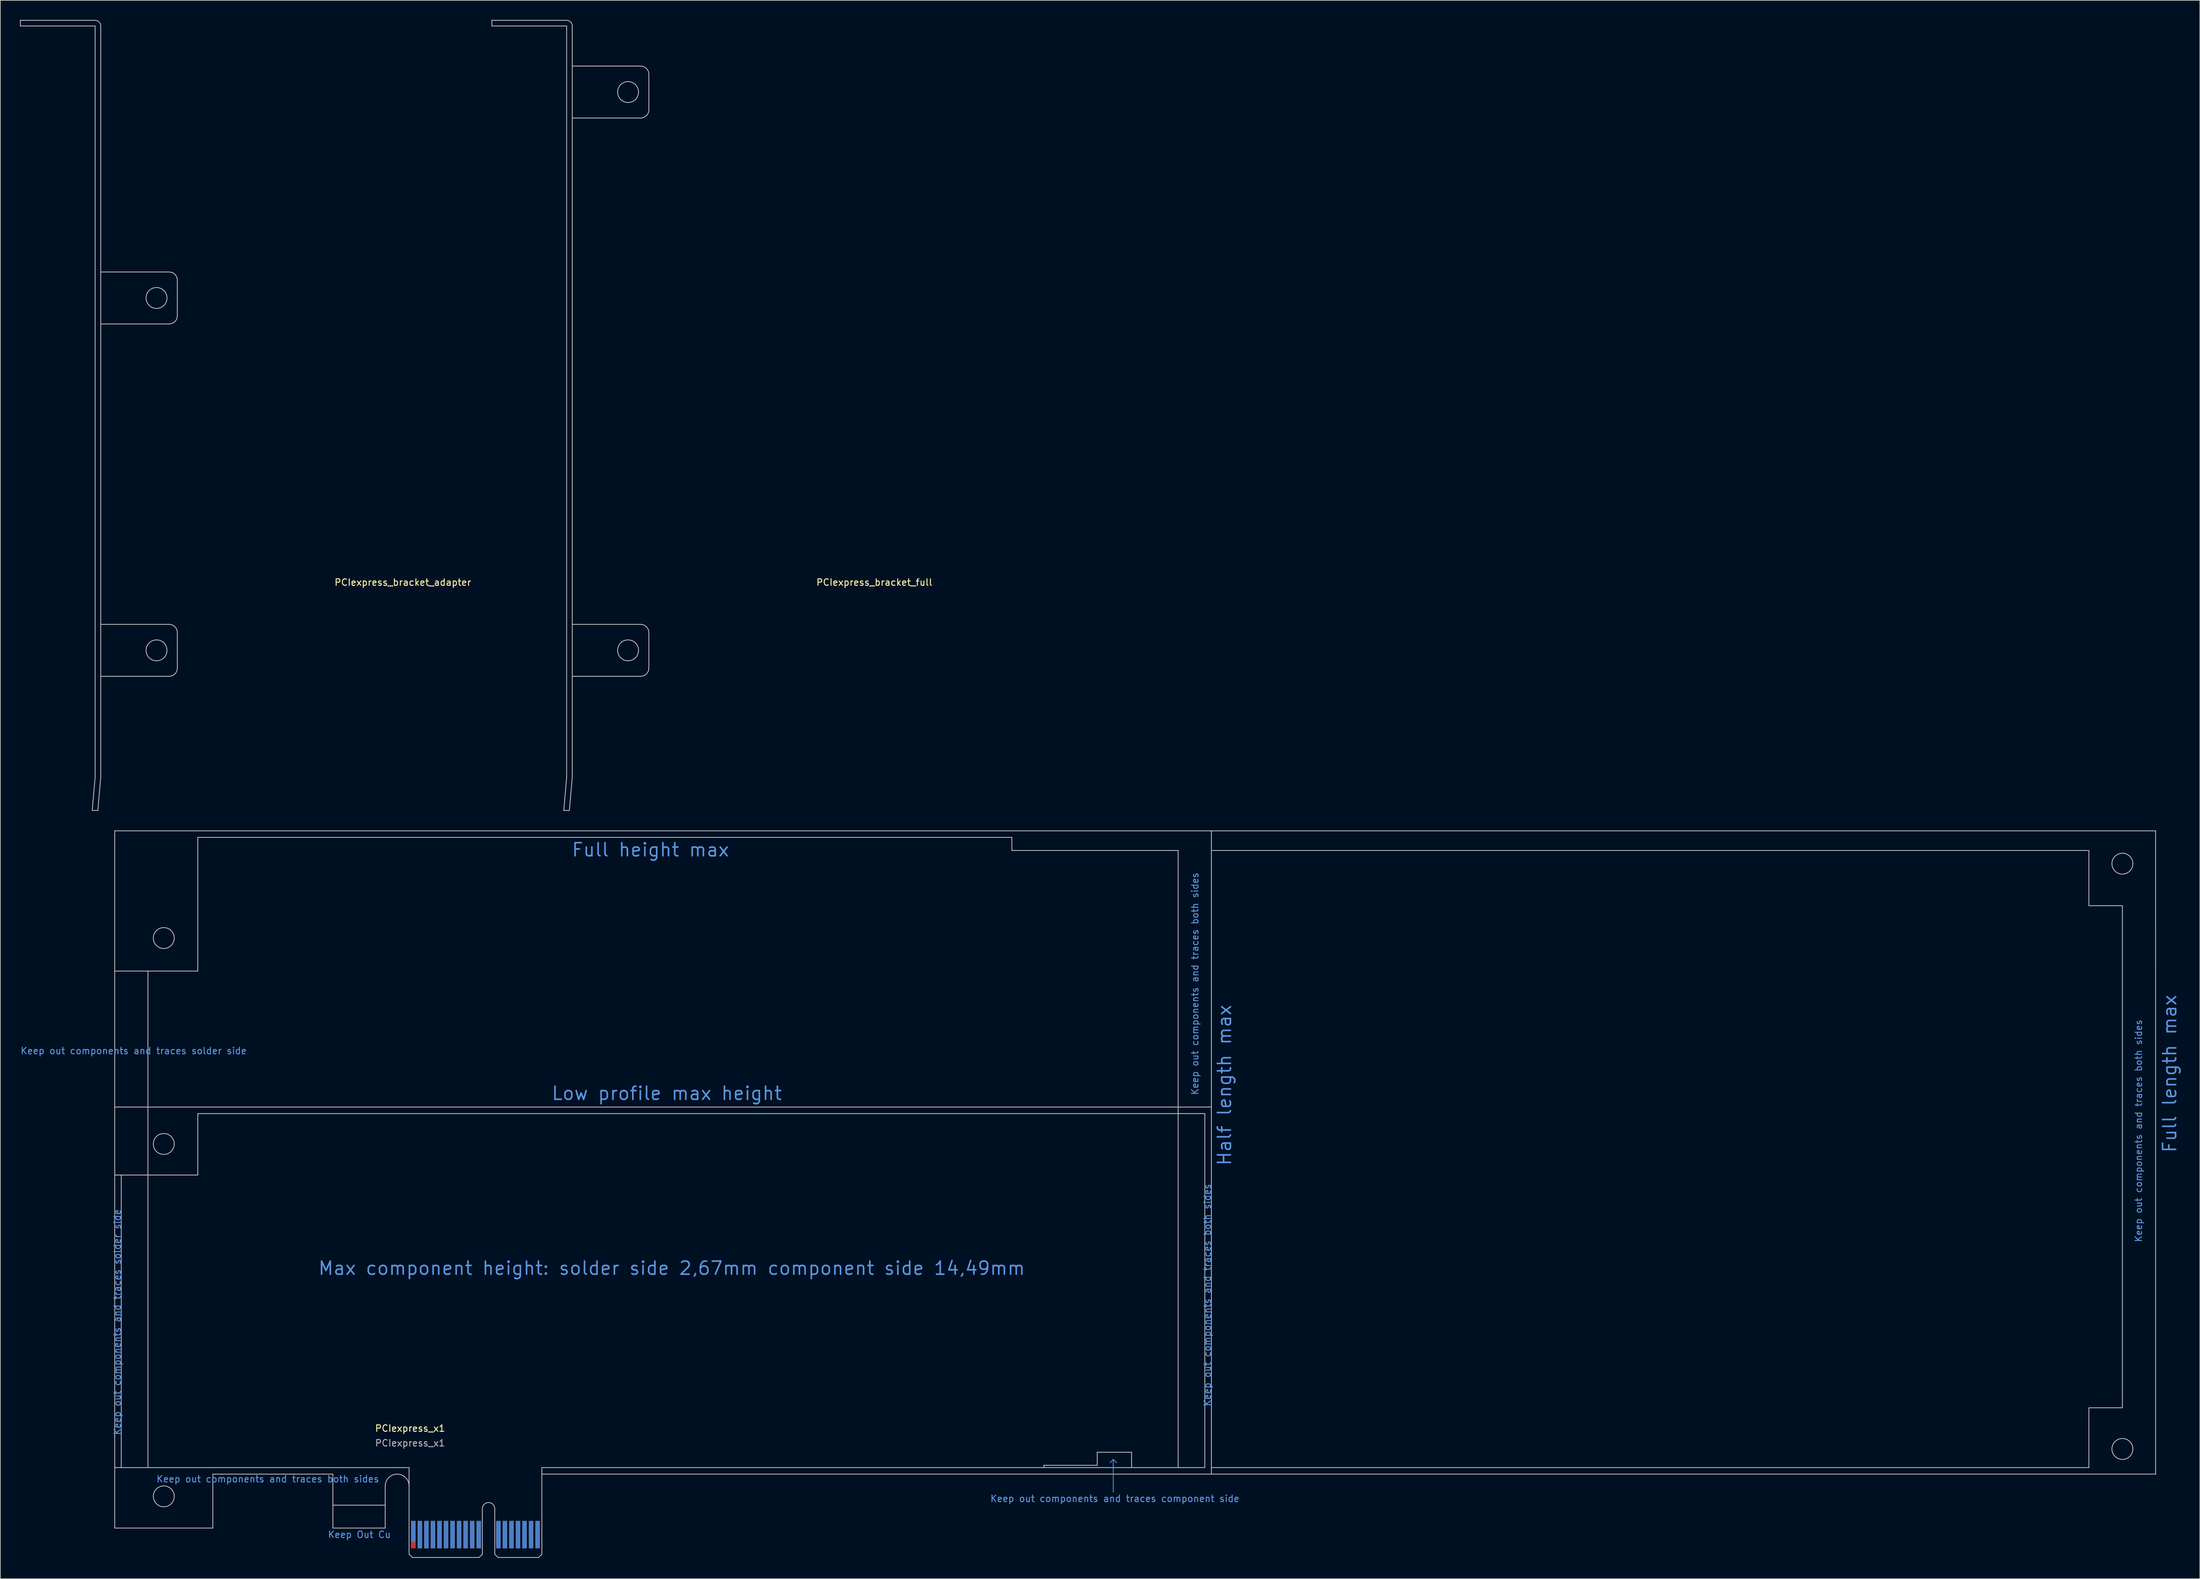
<source format=kicad_pcb>
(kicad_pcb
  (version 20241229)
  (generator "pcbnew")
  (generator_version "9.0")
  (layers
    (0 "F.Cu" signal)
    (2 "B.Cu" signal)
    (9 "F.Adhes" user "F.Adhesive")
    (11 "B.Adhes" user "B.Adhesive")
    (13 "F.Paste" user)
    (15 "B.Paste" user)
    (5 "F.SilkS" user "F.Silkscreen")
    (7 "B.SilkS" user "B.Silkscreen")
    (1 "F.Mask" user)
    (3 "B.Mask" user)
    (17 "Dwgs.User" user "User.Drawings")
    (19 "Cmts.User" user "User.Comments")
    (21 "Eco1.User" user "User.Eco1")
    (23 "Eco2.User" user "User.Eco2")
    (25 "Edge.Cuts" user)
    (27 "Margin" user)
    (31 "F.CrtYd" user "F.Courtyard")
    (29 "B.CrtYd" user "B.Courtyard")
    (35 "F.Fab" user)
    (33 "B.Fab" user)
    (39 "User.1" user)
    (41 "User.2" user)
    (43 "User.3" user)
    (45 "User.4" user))
  (footprint "PCIexpress_bracket_full"
    (layer "F.Cu")
    (at 130.614 105.78)
    (property "Reference" "PCIexpress_bracket_full" (at 0 -19.75 0) (layer "F.SilkS") (effects (font (size 1 1) (thickness 0.15))))
    (attr exclude_from_pos_files exclude_from_bom)
    (fp_line (start -58.47 -104.86) (end -58.47 -105.72) (stroke (width 0.12) (type solid)) (layer "Dwgs.User"))
    (fp_line (start -47.482 15.141) (end -46.622 15.141) (stroke (width 0.12) (type solid)) (layer "Dwgs.User"))
    (fp_line (start -47.04 -105.72) (end -58.47 -105.72) (stroke (width 0.12) (type solid)) (layer "Dwgs.User"))
    (fp_line (start -47.04 -104.86) (end -58.47 -104.86) (stroke (width 0.12) (type solid)) (layer "Dwgs.User"))
    (fp_line (start -47.04 -104.86) (end -47.04 10.09) (stroke (width 0.12) (type solid)) (layer "Dwgs.User"))
    (fp_line (start -47.04 10.09) (end -47.482 15.141) (stroke (width 0.12) (type solid)) (layer "Dwgs.User"))
    (fp_line (start -46.18 -104.86) (end -46.18 10.09) (stroke (width 0.12) (type solid)) (layer "Dwgs.User"))
    (fp_line (start -46.18 10.09) (end -46.622 15.141) (stroke (width 0.12) (type solid)) (layer "Dwgs.User"))
    (fp_line (start -35.74 -98.725) (end -46.18 -98.725) (stroke (width 0.12) (type solid)) (layer "Dwgs.User"))
    (fp_line (start -35.74 -90.775) (end -46.18 -90.775) (stroke (width 0.12) (type solid)) (layer "Dwgs.User"))
    (fp_line (start -35.74 -13.325) (end -46.18 -13.325) (stroke (width 0.12) (type solid)) (layer "Dwgs.User"))
    (fp_line (start -35.74 -5.375) (end -46.18 -5.375) (stroke (width 0.12) (type solid)) (layer "Dwgs.User"))
    (fp_line (start -34.47 -97.455) (end -34.47 -92.045) (stroke (width 0.12) (type solid)) (layer "Dwgs.User"))
    (fp_line (start -34.47 -12.055) (end -34.47 -6.645) (stroke (width 0.12) (type solid)) (layer "Dwgs.User"))
    (fp_arc (start -47.04 -105.72) (mid -46.431888 -105.468112) (end -46.18 -104.86) (stroke (width 0.12) (type solid)) (layer "Dwgs.User"))
    (fp_arc (start -35.74 -98.725) (mid -34.841974 -98.353026) (end -34.47 -97.455) (stroke (width 0.12) (type solid)) (layer "Dwgs.User"))
    (fp_arc (start -35.74 -13.325) (mid -34.841974 -12.953026) (end -34.47 -12.055) (stroke (width 0.12) (type solid)) (layer "Dwgs.User"))
    (fp_arc (start -34.47 -92.045) (mid -34.841974 -91.146974) (end -35.74 -90.775) (stroke (width 0.12) (type solid)) (layer "Dwgs.User"))
    (fp_arc (start -34.47 -6.645) (mid -34.841974 -5.746974) (end -35.74 -5.375) (stroke (width 0.12) (type solid)) (layer "Dwgs.User"))
    (fp_circle (center -37.65 -94.75) (end -36.05 -94.75) (stroke (width 0.12) (type solid)) (fill no) (layer "Dwgs.User"))
    (fp_circle (center -37.65 -9.35) (end -36.05 -9.35) (stroke (width 0.12) (type solid)) (fill no) (layer "Dwgs.User")))
  (footprint "PCIexpress_x1"
    (layer "F.Cu")
    (at 59.637 235.191)
    (property "Reference" "PCIexpress_x1" (at 0 -19.75 0) (layer "F.SilkS") (effects (font (size 1 1) (thickness 0.15))))
    (attr exclude_from_pos_files exclude_from_bom)
    (fp_poly (pts (xy -11.8 -4.5) (xy -11.8 -8) (xy -3.8 -8) (xy -3.8 -4.5)) (stroke (width 0) (type solid)) (fill yes) (layer "F.Mask"))
    (fp_poly (pts (xy -0.25 -5.5) (xy 20.25 -5.5) (xy 20.25 0) (xy -0.25 0)) (stroke (width 0.2) (type solid)) (fill yes) (layer "F.Mask"))
    (fp_poly (pts (xy -11.8 -4.5) (xy -11.8 -8) (xy -3.8 -8) (xy -3.8 -4.5)) (stroke (width 0) (type solid)) (fill yes) (layer "B.Mask"))
    (fp_poly (pts (xy -0.25 -5.5) (xy 20.25 -5.5) (xy 20.25 0) (xy -0.25 0)) (stroke (width 0.2) (type solid)) (fill yes) (layer "B.Mask"))
    (fp_line (start -45.15 -111.15) (end -45.15 -4.5) (stroke (width 0.12) (type solid)) (layer "Dwgs.User"))
    (fp_line (start -45.15 -111.15) (end 122.5 -111.15) (stroke (width 0.12) (type solid)) (layer "Dwgs.User"))
    (fp_line (start -45.15 -89.7) (end -32.45 -89.7) (stroke (width 0.12) (type solid)) (layer "Dwgs.User"))
    (fp_line (start -45.15 -68.9) (end 122.5 -68.9) (stroke (width 0.12) (type solid)) (layer "Dwgs.User"))
    (fp_line (start -45.15 -58.5) (end -32.45 -58.5) (stroke (width 0.12) (type solid)) (layer "Dwgs.User"))
    (fp_line (start -44.15 -58.5) (end -44.15 -13.75) (stroke (width 0.12) (type solid)) (layer "Dwgs.User"))
    (fp_line (start -40.07 -13.75) (end -40.07 -89.7) (stroke (width 0.12) (type solid)) (layer "Dwgs.User"))
    (fp_line (start -32.45 -110.15) (end -32.45 -89.7) (stroke (width 0.12) (type solid)) (layer "Dwgs.User"))
    (fp_line (start -32.45 -110.15) (end 92 -110.15) (stroke (width 0.12) (type solid)) (layer "Dwgs.User"))
    (fp_line (start -32.45 -67.9) (end 121.5 -67.9) (stroke (width 0.12) (type solid)) (layer "Dwgs.User"))
    (fp_line (start -32.45 -58.5) (end -32.45 -67.9) (stroke (width 0.12) (type solid)) (layer "Dwgs.User"))
    (fp_line (start -30.15 -12.75) (end -11.8 -12.75) (stroke (width 0.12) (type solid)) (layer "Dwgs.User"))
    (fp_line (start -30.15 -4.5) (end -45.15 -4.5) (stroke (width 0.12) (type solid)) (layer "Dwgs.User"))
    (fp_line (start -30.15 -4.5) (end -30.15 -12.75) (stroke (width 0.12) (type solid)) (layer "Dwgs.User"))
    (fp_line (start -11.8 -8) (end -3.8 -8) (stroke (width 0.12) (type solid)) (layer "Dwgs.User"))
    (fp_line (start -11.8 -4.5) (end -11.8 -12.75) (stroke (width 0.12) (type solid)) (layer "Dwgs.User"))
    (fp_line (start -11.8 -4.5) (end -3.8 -4.5) (stroke (width 0.12) (type solid)) (layer "Dwgs.User"))
    (fp_line (start -3.8 -4.5) (end -3.8 -10.925) (stroke (width 0.12) (type solid)) (layer "Dwgs.User"))
    (fp_line (start -0.15 -13.75) (end -45.15 -13.75) (stroke (width 0.12) (type solid)) (layer "Dwgs.User"))
    (fp_line (start -0.15 -10.925) (end -0.15 -13.75) (stroke (width 0.12) (type solid)) (layer "Dwgs.User"))
    (fp_line (start -0.15 -0.5) (end -0.15 -10.925) (stroke (width 0.12) (type solid)) (layer "Dwgs.User"))
    (fp_line (start -0.15 -0.5) (end 0.35 0) (stroke (width 0.12) (type solid)) (layer "Dwgs.User"))
    (fp_line (start 0.35 0) (end 10.55 0) (stroke (width 0.12) (type solid)) (layer "Dwgs.User"))
    (fp_line (start 11.05 -7.45) (end 11.05 -0.5) (stroke (width 0.12) (type solid)) (layer "Dwgs.User"))
    (fp_line (start 11.05 -0.5) (end 10.55 0) (stroke (width 0.12) (type solid)) (layer "Dwgs.User"))
    (fp_line (start 12.95 -7.45) (end 12.95 -0.5) (stroke (width 0.12) (type solid)) (layer "Dwgs.User"))
    (fp_line (start 12.95 -0.5) (end 13.45 0) (stroke (width 0.12) (type solid)) (layer "Dwgs.User"))
    (fp_line (start 13.45 0) (end 19.65 0) (stroke (width 0.12) (type solid)) (layer "Dwgs.User"))
    (fp_line (start 20.15 -13.75) (end 121.5 -13.75) (stroke (width 0.12) (type solid)) (layer "Dwgs.User"))
    (fp_line (start 20.15 -12.75) (end 20.15 -13.75) (stroke (width 0.12) (type solid)) (layer "Dwgs.User"))
    (fp_line (start 20.15 -12.75) (end 122.503 -12.75) (stroke (width 0.12) (type solid)) (layer "Dwgs.User"))
    (fp_line (start 20.15 -0.5) (end 19.65 0) (stroke (width 0.12) (type solid)) (layer "Dwgs.User"))
    (fp_line (start 20.15 -0.5) (end 20.15 -12.75) (stroke (width 0.12) (type solid)) (layer "Dwgs.User"))
    (fp_line (start 92 -110.15) (end 92 -108.15) (stroke (width 0.12) (type solid)) (layer "Dwgs.User"))
    (fp_line (start 92 -108.15) (end 117.42 -108.15) (stroke (width 0.12) (type solid)) (layer "Dwgs.User"))
    (fp_line (start 96.9 -14.1) (end 96.9 -13.75) (stroke (width 0.12) (type solid)) (layer "Dwgs.User"))
    (fp_line (start 96.9 -14.1) (end 105.05 -14.1) (stroke (width 0.12) (type solid)) (layer "Dwgs.User"))
    (fp_line (start 105.05 -16.1) (end 110.3 -16.1) (stroke (width 0.12) (type solid)) (layer "Dwgs.User"))
    (fp_line (start 105.05 -14.1) (end 105.05 -16.1) (stroke (width 0.12) (type solid)) (layer "Dwgs.User"))
    (fp_line (start 110.3 -16.1) (end 110.3 -13.75) (stroke (width 0.12) (type solid)) (layer "Dwgs.User"))
    (fp_line (start 117.42 -108.15) (end 117.42 -13.75) (stroke (width 0.12) (type solid)) (layer "Dwgs.User"))
    (fp_line (start 121.5 -67.9) (end 121.5 -13.75) (stroke (width 0.12) (type solid)) (layer "Dwgs.User"))
    (fp_line (start 122.5 -111.15) (end 122.5 -12.75) (stroke (width 0.12) (type solid)) (layer "Dwgs.User"))
    (fp_line (start 122.5 -111.15) (end 266.85 -111.15) (stroke (width 0.12) (type solid)) (layer "Dwgs.User"))
    (fp_line (start 122.5 -108.15) (end 256.65 -108.15) (stroke (width 0.12) (type solid)) (layer "Dwgs.User"))
    (fp_line (start 122.5 -13.75) (end 256.65 -13.75) (stroke (width 0.12) (type solid)) (layer "Dwgs.User"))
    (fp_line (start 122.503 -12.75) (end 266.853 -12.75) (stroke (width 0.12) (type solid)) (layer "Dwgs.User"))
    (fp_line (start 256.65 -108.15) (end 256.65 -99.7) (stroke (width 0.12) (type solid)) (layer "Dwgs.User"))
    (fp_line (start 256.65 -99.7) (end 261.77 -99.7) (stroke (width 0.12) (type solid)) (layer "Dwgs.User"))
    (fp_line (start 256.65 -22.9) (end 261.77 -22.9) (stroke (width 0.12) (type solid)) (layer "Dwgs.User"))
    (fp_line (start 256.65 -13.75) (end 256.65 -22.9) (stroke (width 0.12) (type solid)) (layer "Dwgs.User"))
    (fp_line (start 261.77 -99.7) (end 261.77 -22.9) (stroke (width 0.12) (type solid)) (layer "Dwgs.User"))
    (fp_line (start 266.85 -111.15) (end 266.853 -12.75) (stroke (width 0.12) (type solid)) (layer "Dwgs.User"))
    (fp_arc (start -3.8 -10.925) (mid -1.975 -12.75) (end -0.15 -10.925) (stroke (width 0.12) (type solid)) (layer "Dwgs.User"))
    (fp_arc (start 11.05 -7.45) (mid 12 -8.4) (end 12.95 -7.45) (stroke (width 0.12) (type solid)) (layer "Dwgs.User"))
    (fp_circle (center -37.65 -94.75) (end -36.05 -94.75) (stroke (width 0.12) (type solid)) (fill no) (layer "Dwgs.User"))
    (fp_circle (center -37.65 -63.25) (end -36.05 -63.25) (stroke (width 0.12) (type solid)) (fill no) (layer "Dwgs.User"))
    (fp_circle (center -37.65 -9.35) (end -36.05 -9.35) (stroke (width 0.12) (type solid)) (fill no) (layer "Dwgs.User"))
    (fp_circle (center 261.77 -106.13) (end 263.37 -106.13) (stroke (width 0.12) (type solid)) (fill no) (layer "Dwgs.User"))
    (fp_circle (center 261.77 -16.6) (end 263.37 -16.6) (stroke (width 0.12) (type solid)) (fill no) (layer "Dwgs.User"))
    (fp_line (start 107.5 -15) (end 107 -14.5) (stroke (width 0.12) (type solid)) (layer "Cmts.User"))
    (fp_line (start 107.5 -15) (end 108 -14.5) (stroke (width 0.12) (type solid)) (layer "Cmts.User"))
    (fp_line (start 107.5 -10) (end 107.5 -15) (stroke (width 0.12) (type solid)) (layer "Cmts.User"))
    (fp_text user "Max component height: solder side 2,67mm component side 14,49mm" (at 40 -44.25 0) (layer "Cmts.User") (effects (font (size 2 2) (thickness 0.25))))
    (fp_text user "Low profile max height" (at 39.25 -71 0) (layer "Cmts.User") (effects (font (size 2 2) (thickness 0.25))))
    (fp_text user "Keep out components and traces both sides" (at 120 -87.75 90) (layer "Cmts.User") (effects (font (size 1 1) (thickness 0.15))))
    (fp_text user "Keep out components and traces component side" (at 107.75 -9 180) (layer "Cmts.User") (effects (font (size 1 1) (thickness 0.15))))
    (fp_text user "Keep out components and traces both sides" (at -21.75 -12 0) (layer "Cmts.User") (effects (font (size 1 1) (thickness 0.15))))
    (fp_text user "Keep out components and traces solder side" (at -44.75 -36 90) (layer "Cmts.User") (effects (font (size 1 1) (thickness 0.15))))
    (fp_text user "Keep Out Cu" (at -7.75 -3.5 0) (layer "Cmts.User") (effects (font (size 1 1) (thickness 0.15))))
    (fp_text user "Keep out components and traces both sides" (at 264.25 -65.25 90) (layer "Cmts.User") (effects (font (size 1 1) (thickness 0.15))))
    (fp_text user "Half length max" (at 124.5 -72.25 90) (layer "Cmts.User") (effects (font (size 2 2) (thickness 0.25))))
    (fp_text user "Keep out components and traces solder side" (at -42.25 -77.5 180) (layer "Cmts.User") (effects (font (size 1 1) (thickness 0.15))))
    (fp_text user "Full height max" (at 36.75 -108.25 0) (layer "Cmts.User") (effects (font (size 2 2) (thickness 0.25))))
    (fp_text user "Full length max" (at 269 -74 90) (layer "Cmts.User") (effects (font (size 2 2) (thickness 0.25))))
    (fp_text user "Keep out components and traces both sides" (at 121.893 -40.135 90) (layer "Cmts.User") (effects (font (size 1 1) (thickness 0.15))))
    (fp_text user "${REFERENCE}" (at 0 -17.5 0) (layer "F.Fab") (effects (font (size 1 1) (thickness 0.15))))
    (pad "A1" connect rect (at 0.5 -4) (size 0.7 3.2) (layers "B.Cu"))
    (pad "A2" connect rect (at 1.5 -3.5) (size 0.7 4.2) (layers "B.Cu"))
    (pad "A3" connect rect (at 2.5 -3.5) (size 0.7 4.2) (layers "B.Cu"))
    (pad "A4" connect rect (at 3.5 -3.5) (size 0.7 4.2) (layers "B.Cu"))
    (pad "A5" connect rect (at 4.5 -3.5) (size 0.7 4.2) (layers "B.Cu"))
    (pad "A6" connect rect (at 5.5 -3.5) (size 0.7 4.2) (layers "B.Cu"))
    (pad "A7" connect rect (at 6.5 -3.5) (size 0.7 4.2) (layers "B.Cu"))
    (pad "A8" connect rect (at 7.5 -3.5) (size 0.7 4.2) (layers "B.Cu"))
    (pad "A9" connect rect (at 8.5 -3.5) (size 0.7 4.2) (layers "B.Cu"))
    (pad "A10" connect rect (at 9.5 -3.5) (size 0.7 4.2) (layers "B.Cu"))
    (pad "A11" connect rect (at 10.5 -3.5) (size 0.7 4.2) (layers "B.Cu"))
    (pad "A12" connect rect (at 13.5 -3.5) (size 0.7 4.2) (layers "B.Cu"))
    (pad "A13" connect rect (at 14.5 -3.5) (size 0.7 4.2) (layers "B.Cu"))
    (pad "A14" connect rect (at 15.5 -3.5) (size 0.7 4.2) (layers "B.Cu"))
    (pad "A15" connect rect (at 16.5 -3.5) (size 0.7 4.2) (layers "B.Cu"))
    (pad "A16" connect rect (at 17.5 -3.5) (size 0.7 4.2) (layers "B.Cu"))
    (pad "A17" connect rect (at 18.5 -3.5) (size 0.7 4.2) (layers "B.Cu"))
    (pad "A18" connect rect (at 19.5 -3.5) (size 0.7 4.2) (layers "B.Cu"))
    (pad "B1" connect rect (at 0.5 -3.5) (size 0.7 4.2) (layers "F.Cu"))
    (pad "B2" connect rect (at 1.5 -3.5) (size 0.7 4.2) (layers "F.Cu"))
    (pad "B3" connect rect (at 2.5 -3.5) (size 0.7 4.2) (layers "F.Cu"))
    (pad "B4" connect rect (at 3.5 -3.5) (size 0.7 4.2) (layers "F.Cu"))
    (pad "B5" connect rect (at 4.5 -3.5) (size 0.7 4.2) (layers "F.Cu"))
    (pad "B6" connect rect (at 5.5 -3.5) (size 0.7 4.2) (layers "F.Cu"))
    (pad "B7" connect rect (at 6.5 -3.5) (size 0.7 4.2) (layers "F.Cu"))
    (pad "B8" connect rect (at 7.5 -3.5) (size 0.7 4.2) (layers "F.Cu"))
    (pad "B9" connect rect (at 8.5 -3.5) (size 0.7 4.2) (layers "F.Cu"))
    (pad "B10" connect rect (at 9.5 -3.5) (size 0.7 4.2) (layers "F.Cu"))
    (pad "B11" connect rect (at 10.5 -3.5) (size 0.7 4.2) (layers "F.Cu"))
    (pad "B12" connect rect (at 13.5 -3.5) (size 0.7 4.2) (layers "F.Cu"))
    (pad "B13" connect rect (at 14.5 -3.5) (size 0.7 4.2) (layers "F.Cu"))
    (pad "B14" connect rect (at 15.5 -3.5) (size 0.7 4.2) (layers "F.Cu"))
    (pad "B15" connect rect (at 16.5 -3.5) (size 0.7 4.2) (layers "F.Cu"))
    (pad "B16" connect rect (at 17.5 -3.5) (size 0.7 4.2) (layers "F.Cu"))
    (pad "B17" connect rect (at 18.5 -4) (size 0.7 3.2) (layers "F.Cu"))
    (pad "B18" connect rect (at 19.5 -3.5) (size 0.7 4.2) (layers "F.Cu")))
  (footprint "PCIexpress_bracket_adapter"
    (layer "F.Cu")
    (at 58.53 105.78)
    (property "Reference" "PCIexpress_bracket_adapter" (at 0 -19.75 0) (layer "F.SilkS") (effects (font (size 1 1) (thickness 0.15))))
    (attr exclude_from_pos_files exclude_from_bom)
    (fp_line (start -58.47 -104.86) (end -58.47 -105.72) (stroke (width 0.12) (type solid)) (layer "Dwgs.User"))
    (fp_line (start -47.482 15.141) (end -46.622 15.141) (stroke (width 0.12) (type solid)) (layer "Dwgs.User"))
    (fp_line (start -47.04 -105.72) (end -58.47 -105.72) (stroke (width 0.12) (type solid)) (layer "Dwgs.User"))
    (fp_line (start -47.04 -104.86) (end -58.47 -104.86) (stroke (width 0.12) (type solid)) (layer "Dwgs.User"))
    (fp_line (start -47.04 -104.86) (end -47.04 10.09) (stroke (width 0.12) (type solid)) (layer "Dwgs.User"))
    (fp_line (start -47.04 10.09) (end -47.482 15.141) (stroke (width 0.12) (type solid)) (layer "Dwgs.User"))
    (fp_line (start -46.18 -104.86) (end -46.18 10.09) (stroke (width 0.12) (type solid)) (layer "Dwgs.User"))
    (fp_line (start -46.18 10.09) (end -46.622 15.141) (stroke (width 0.12) (type solid)) (layer "Dwgs.User"))
    (fp_line (start -35.74 -67.225) (end -46.18 -67.225) (stroke (width 0.12) (type solid)) (layer "Dwgs.User"))
    (fp_line (start -35.74 -59.275) (end -46.18 -59.275) (stroke (width 0.12) (type solid)) (layer "Dwgs.User"))
    (fp_line (start -35.74 -13.325) (end -46.18 -13.325) (stroke (width 0.12) (type solid)) (layer "Dwgs.User"))
    (fp_line (start -35.74 -5.375) (end -46.18 -5.375) (stroke (width 0.12) (type solid)) (layer "Dwgs.User"))
    (fp_line (start -34.47 -65.955) (end -34.47 -60.545) (stroke (width 0.12) (type solid)) (layer "Dwgs.User"))
    (fp_line (start -34.47 -12.055) (end -34.47 -6.645) (stroke (width 0.12) (type solid)) (layer "Dwgs.User"))
    (fp_arc (start -47.04 -105.72) (mid -46.431888 -105.468112) (end -46.18 -104.86) (stroke (width 0.12) (type solid)) (layer "Dwgs.User"))
    (fp_arc (start -35.74 -67.225) (mid -34.841974 -66.853026) (end -34.47 -65.955) (stroke (width 0.12) (type solid)) (layer "Dwgs.User"))
    (fp_arc (start -35.74 -13.325) (mid -34.841974 -12.953026) (end -34.47 -12.055) (stroke (width 0.12) (type solid)) (layer "Dwgs.User"))
    (fp_arc (start -34.47 -60.545) (mid -34.841974 -59.646974) (end -35.74 -59.275) (stroke (width 0.12) (type solid)) (layer "Dwgs.User"))
    (fp_arc (start -34.47 -6.645) (mid -34.841974 -5.746974) (end -35.74 -5.375) (stroke (width 0.12) (type solid)) (layer "Dwgs.User"))
    (fp_circle (center -37.65 -63.25) (end -36.05 -63.25) (stroke (width 0.12) (type solid)) (fill no) (layer "Dwgs.User"))
    (fp_circle (center -37.65 -9.35) (end -36.05 -9.35) (stroke (width 0.12) (type solid)) (fill no) (layer "Dwgs.User")))
  (gr_rect
    (start -3 -3)
    (end 333.246 238.441)
    (stroke (width 0.1) (type default))
    (fill no)
    (layer "Edge.Cuts")))
</source>
